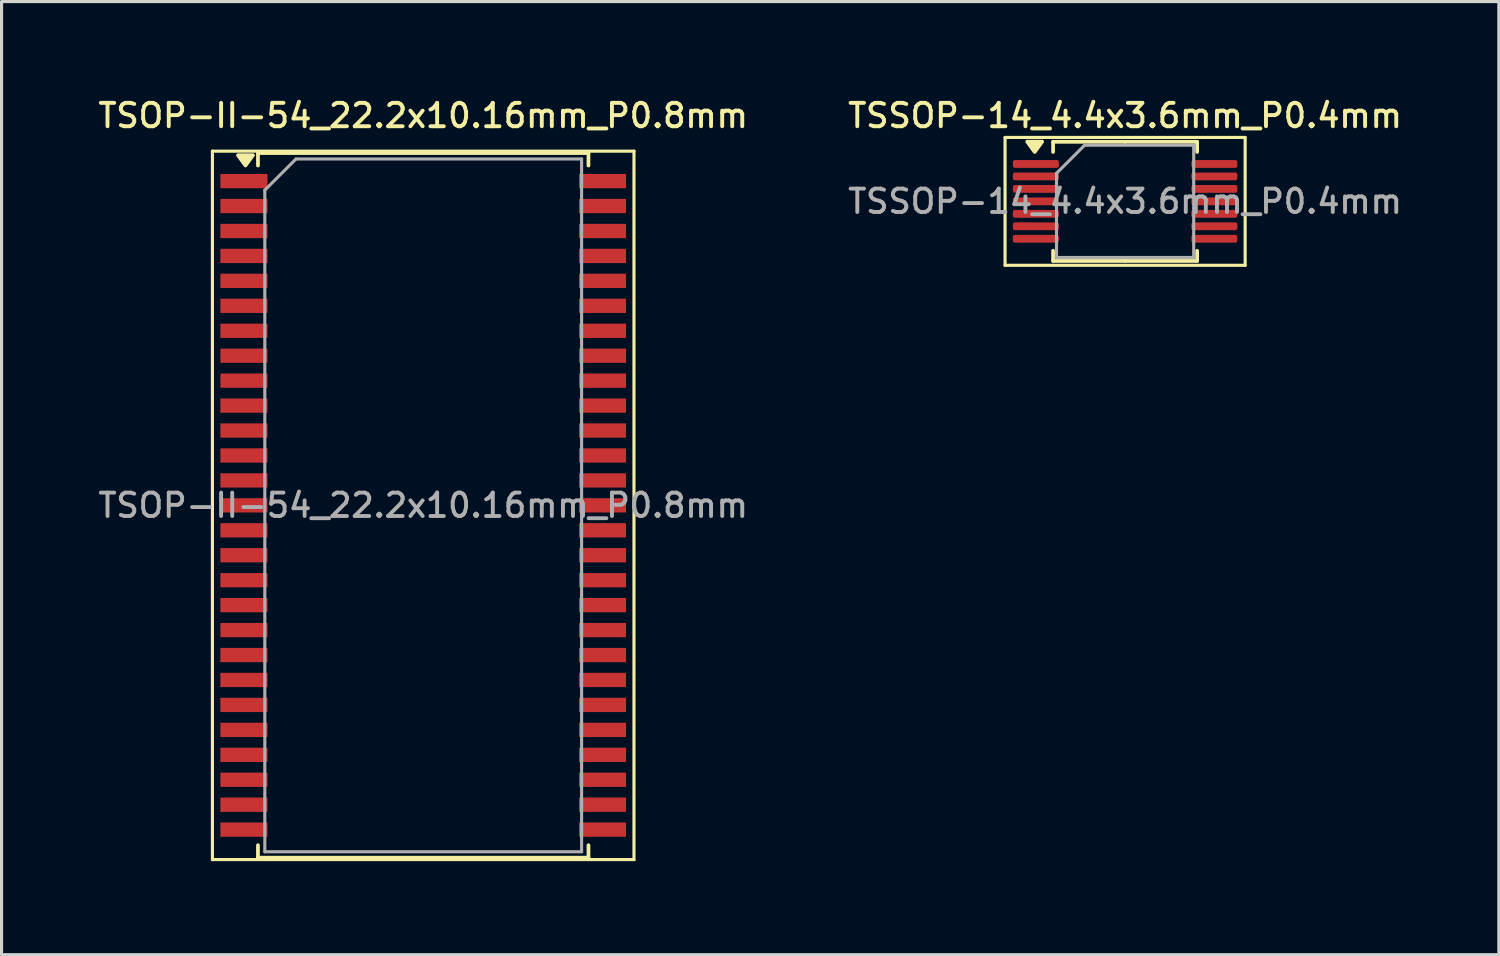
<source format=kicad_pcb>
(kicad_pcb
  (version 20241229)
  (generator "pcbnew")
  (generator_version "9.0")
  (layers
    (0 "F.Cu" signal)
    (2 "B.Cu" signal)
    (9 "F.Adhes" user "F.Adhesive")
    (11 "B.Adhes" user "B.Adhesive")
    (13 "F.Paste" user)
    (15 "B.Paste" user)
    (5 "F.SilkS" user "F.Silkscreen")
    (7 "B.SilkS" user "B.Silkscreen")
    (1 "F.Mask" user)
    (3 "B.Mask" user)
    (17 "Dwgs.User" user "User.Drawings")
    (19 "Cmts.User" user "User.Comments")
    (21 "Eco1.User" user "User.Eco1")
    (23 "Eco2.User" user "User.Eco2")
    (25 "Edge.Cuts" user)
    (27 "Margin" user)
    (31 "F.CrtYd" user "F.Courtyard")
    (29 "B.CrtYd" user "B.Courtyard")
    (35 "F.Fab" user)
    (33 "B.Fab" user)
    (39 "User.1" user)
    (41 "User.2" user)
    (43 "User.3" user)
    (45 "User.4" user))
  (footprint "TSOP-II-54_22.2x10.16mm_P0.8mm"
    (layer "F.Cu")
    (at 10.523 13.158)
    (property "Reference" "TSOP-II-54_22.2x10.16mm_P0.8mm" (at 0 -12.5 0) (layer "F.SilkS") (effects (font (size 0.75 0.75) (thickness 0.125))))
    (attr smd)
    (fp_line (start -6.76 -11.36) (end -6.76 11.36) (stroke (width 0.1) (type solid)) (layer "F.SilkS"))
    (fp_line (start -6.76 -11.36) (end 6.76 -11.36) (stroke (width 0.1) (type solid)) (layer "F.SilkS"))
    (fp_line (start -5.3 -11.3) (end 5.3 -11.3) (stroke (width 0.12) (type solid)) (layer "F.SilkS"))
    (fp_line (start -5.3 -10.9) (end -5.3 -11.3) (stroke (width 0.12) (type solid)) (layer "F.SilkS"))
    (fp_line (start -5.3 10.9) (end -5.3 11.3) (stroke (width 0.12) (type solid)) (layer "F.SilkS"))
    (fp_line (start -5.3 11.3) (end 5.3 11.3) (stroke (width 0.12) (type solid)) (layer "F.SilkS"))
    (fp_line (start 5.3 -11.3) (end 5.3 -10.9) (stroke (width 0.12) (type solid)) (layer "F.SilkS"))
    (fp_line (start 5.3 10.9) (end 5.3 11.3) (stroke (width 0.12) (type solid)) (layer "F.SilkS"))
    (fp_line (start 6.76 -11.36) (end 6.76 11.36) (stroke (width 0.1) (type solid)) (layer "F.SilkS"))
    (fp_line (start 6.76 11.36) (end -6.76 11.36) (stroke (width 0.1) (type solid)) (layer "F.SilkS"))
    (fp_poly (pts (xy -5.7 -10.9) (xy -5.94 -11.23) (xy -5.46 -11.23) (xy -5.7 -10.9)) (stroke (width 0.12) (type solid)) (fill yes) (layer "F.SilkS"))
    (fp_line (start -5.08 11.11) (end -5.08 -10.11) (stroke (width 0.1) (type solid)) (layer "F.Fab"))
    (fp_line (start -4.08 -11.11) (end -5.08 -10.11) (stroke (width 0.1) (type solid)) (layer "F.Fab"))
    (fp_line (start -4.08 -11.11) (end 5.08 -11.11) (stroke (width 0.1) (type solid)) (layer "F.Fab"))
    (fp_line (start 5.08 -11.11) (end 5.08 11.11) (stroke (width 0.1) (type solid)) (layer "F.Fab"))
    (fp_line (start 5.08 11.11) (end -5.08 11.11) (stroke (width 0.1) (type solid)) (layer "F.Fab"))
    (fp_text user "${REFERENCE}" (at 0 0 0) (layer "F.Fab") (effects (font (size 0.75 0.75) (thickness 0.125))))
    (pad "1" smd rect (at -5.75 -10.4) (size 1.51 0.458) (layers "F.Cu" "F.Mask" "F.Paste"))
    (pad "2" smd rect (at -5.75 -9.6) (size 1.51 0.458) (layers "F.Cu" "F.Mask" "F.Paste"))
    (pad "3" smd rect (at -5.75 -8.8) (size 1.51 0.458) (layers "F.Cu" "F.Mask" "F.Paste"))
    (pad "4" smd rect (at -5.75 -8) (size 1.51 0.458) (layers "F.Cu" "F.Mask" "F.Paste"))
    (pad "5" smd rect (at -5.75 -7.2) (size 1.51 0.458) (layers "F.Cu" "F.Mask" "F.Paste"))
    (pad "6" smd rect (at -5.75 -6.4) (size 1.51 0.458) (layers "F.Cu" "F.Mask" "F.Paste"))
    (pad "7" smd rect (at -5.75 -5.6) (size 1.51 0.458) (layers "F.Cu" "F.Mask" "F.Paste"))
    (pad "8" smd rect (at -5.75 -4.8) (size 1.51 0.458) (layers "F.Cu" "F.Mask" "F.Paste"))
    (pad "9" smd rect (at -5.75 -4) (size 1.51 0.458) (layers "F.Cu" "F.Mask" "F.Paste"))
    (pad "10" smd rect (at -5.75 -3.2) (size 1.51 0.458) (layers "F.Cu" "F.Mask" "F.Paste"))
    (pad "11" smd rect (at -5.75 -2.4) (size 1.51 0.458) (layers "F.Cu" "F.Mask" "F.Paste"))
    (pad "12" smd rect (at -5.75 -1.6) (size 1.51 0.458) (layers "F.Cu" "F.Mask" "F.Paste"))
    (pad "13" smd rect (at -5.75 -0.8) (size 1.51 0.458) (layers "F.Cu" "F.Mask" "F.Paste"))
    (pad "14" smd rect (at -5.75 0) (size 1.51 0.458) (layers "F.Cu" "F.Mask" "F.Paste"))
    (pad "15" smd rect (at -5.75 0.8) (size 1.51 0.458) (layers "F.Cu" "F.Mask" "F.Paste"))
    (pad "16" smd rect (at -5.75 1.6) (size 1.51 0.458) (layers "F.Cu" "F.Mask" "F.Paste"))
    (pad "17" smd rect (at -5.75 2.4) (size 1.51 0.458) (layers "F.Cu" "F.Mask" "F.Paste"))
    (pad "18" smd rect (at -5.75 3.2) (size 1.51 0.458) (layers "F.Cu" "F.Mask" "F.Paste"))
    (pad "19" smd rect (at -5.75 4) (size 1.51 0.458) (layers "F.Cu" "F.Mask" "F.Paste"))
    (pad "20" smd rect (at -5.75 4.8) (size 1.51 0.458) (layers "F.Cu" "F.Mask" "F.Paste"))
    (pad "21" smd rect (at -5.75 5.6) (size 1.51 0.458) (layers "F.Cu" "F.Mask" "F.Paste"))
    (pad "22" smd rect (at -5.75 6.4) (size 1.51 0.458) (layers "F.Cu" "F.Mask" "F.Paste"))
    (pad "23" smd rect (at -5.75 7.2) (size 1.51 0.458) (layers "F.Cu" "F.Mask" "F.Paste"))
    (pad "24" smd rect (at -5.75 8) (size 1.51 0.458) (layers "F.Cu" "F.Mask" "F.Paste"))
    (pad "25" smd rect (at -5.75 8.8) (size 1.51 0.458) (layers "F.Cu" "F.Mask" "F.Paste"))
    (pad "26" smd rect (at -5.75 9.6) (size 1.51 0.458) (layers "F.Cu" "F.Mask" "F.Paste"))
    (pad "27" smd rect (at -5.75 10.4) (size 1.51 0.458) (layers "F.Cu" "F.Mask" "F.Paste"))
    (pad "28" smd rect (at 5.75 10.4) (size 1.51 0.458) (layers "F.Cu" "F.Mask" "F.Paste"))
    (pad "29" smd rect (at 5.75 9.6) (size 1.51 0.458) (layers "F.Cu" "F.Mask" "F.Paste"))
    (pad "30" smd rect (at 5.75 8.8) (size 1.51 0.458) (layers "F.Cu" "F.Mask" "F.Paste"))
    (pad "31" smd rect (at 5.75 8) (size 1.51 0.458) (layers "F.Cu" "F.Mask" "F.Paste"))
    (pad "32" smd rect (at 5.75 7.2) (size 1.51 0.458) (layers "F.Cu" "F.Mask" "F.Paste"))
    (pad "33" smd rect (at 5.75 6.4) (size 1.51 0.458) (layers "F.Cu" "F.Mask" "F.Paste"))
    (pad "34" smd rect (at 5.75 5.6) (size 1.51 0.458) (layers "F.Cu" "F.Mask" "F.Paste"))
    (pad "35" smd rect (at 5.75 4.8) (size 1.51 0.458) (layers "F.Cu" "F.Mask" "F.Paste"))
    (pad "36" smd rect (at 5.75 4) (size 1.51 0.458) (layers "F.Cu" "F.Mask" "F.Paste"))
    (pad "37" smd rect (at 5.75 3.2) (size 1.51 0.458) (layers "F.Cu" "F.Mask" "F.Paste"))
    (pad "38" smd rect (at 5.75 2.4) (size 1.51 0.458) (layers "F.Cu" "F.Mask" "F.Paste"))
    (pad "39" smd rect (at 5.75 1.6) (size 1.51 0.458) (layers "F.Cu" "F.Mask" "F.Paste"))
    (pad "40" smd rect (at 5.75 0.8) (size 1.51 0.458) (layers "F.Cu" "F.Mask" "F.Paste"))
    (pad "41" smd rect (at 5.75 0) (size 1.51 0.458) (layers "F.Cu" "F.Mask" "F.Paste"))
    (pad "42" smd rect (at 5.75 -0.8) (size 1.51 0.458) (layers "F.Cu" "F.Mask" "F.Paste"))
    (pad "43" smd rect (at 5.75 -1.6) (size 1.51 0.458) (layers "F.Cu" "F.Mask" "F.Paste"))
    (pad "44" smd rect (at 5.75 -2.4) (size 1.51 0.458) (layers "F.Cu" "F.Mask" "F.Paste"))
    (pad "45" smd rect (at 5.75 -3.2) (size 1.51 0.458) (layers "F.Cu" "F.Mask" "F.Paste"))
    (pad "46" smd rect (at 5.75 -4) (size 1.51 0.458) (layers "F.Cu" "F.Mask" "F.Paste"))
    (pad "47" smd rect (at 5.75 -4.8) (size 1.51 0.458) (layers "F.Cu" "F.Mask" "F.Paste"))
    (pad "48" smd rect (at 5.75 -5.6) (size 1.51 0.458) (layers "F.Cu" "F.Mask" "F.Paste"))
    (pad "49" smd rect (at 5.75 -6.4) (size 1.51 0.458) (layers "F.Cu" "F.Mask" "F.Paste"))
    (pad "50" smd rect (at 5.75 -7.2) (size 1.51 0.458) (layers "F.Cu" "F.Mask" "F.Paste"))
    (pad "51" smd rect (at 5.75 -8) (size 1.51 0.458) (layers "F.Cu" "F.Mask" "F.Paste"))
    (pad "52" smd rect (at 5.75 -8.8) (size 1.51 0.458) (layers "F.Cu" "F.Mask" "F.Paste"))
    (pad "53" smd rect (at 5.75 -9.6) (size 1.51 0.458) (layers "F.Cu" "F.Mask" "F.Paste"))
    (pad "54" smd rect (at 5.75 -10.4) (size 1.51 0.458) (layers "F.Cu" "F.Mask" "F.Paste")))
  (footprint "TSSOP-14_4.4x3.6mm_P0.4mm"
    (layer "F.Cu")
    (at 33.034 3.408)
    (property "Reference" "TSSOP-14_4.4x3.6mm_P0.4mm" (at 0 -2.75 0) (layer "F.SilkS") (effects (font (size 0.75 0.75) (thickness 0.125))))
    (attr smd)
    (fp_line (start -3.85 -2.05) (end -3.85 2.05) (stroke (width 0.1) (type solid)) (layer "F.SilkS"))
    (fp_line (start -3.85 2.05) (end 3.85 2.05) (stroke (width 0.1) (type solid)) (layer "F.SilkS"))
    (fp_line (start -2.31 -1.91) (end -2.31 -1.585) (stroke (width 0.12) (type solid)) (layer "F.SilkS"))
    (fp_line (start -2.31 1.91) (end -2.31 1.585) (stroke (width 0.12) (type solid)) (layer "F.SilkS"))
    (fp_line (start 0 -1.91) (end -2.31 -1.91) (stroke (width 0.12) (type solid)) (layer "F.SilkS"))
    (fp_line (start 0 -1.91) (end 2.31 -1.91) (stroke (width 0.12) (type solid)) (layer "F.SilkS"))
    (fp_line (start 0 1.91) (end -2.31 1.91) (stroke (width 0.12) (type solid)) (layer "F.SilkS"))
    (fp_line (start 0 1.91) (end 2.31 1.91) (stroke (width 0.12) (type solid)) (layer "F.SilkS"))
    (fp_line (start 2.31 -1.91) (end 2.31 -1.585) (stroke (width 0.12) (type solid)) (layer "F.SilkS"))
    (fp_line (start 2.31 1.91) (end 2.31 1.585) (stroke (width 0.12) (type solid)) (layer "F.SilkS"))
    (fp_line (start 3.85 -2.05) (end -3.85 -2.05) (stroke (width 0.1) (type solid)) (layer "F.SilkS"))
    (fp_line (start 3.85 2.05) (end 3.85 -2.05) (stroke (width 0.1) (type solid)) (layer "F.SilkS"))
    (fp_poly (pts (xy -2.9 -1.585) (xy -3.14 -1.915) (xy -2.66 -1.915) (xy -2.9 -1.585)) (stroke (width 0.12) (type solid)) (fill yes) (layer "F.SilkS"))
    (fp_line (start -2.2 -0.9) (end -1.3 -1.8) (stroke (width 0.1) (type solid)) (layer "F.Fab"))
    (fp_line (start -2.2 1.8) (end -2.2 -0.9) (stroke (width 0.1) (type solid)) (layer "F.Fab"))
    (fp_line (start -1.3 -1.8) (end 2.2 -1.8) (stroke (width 0.1) (type solid)) (layer "F.Fab"))
    (fp_line (start 2.2 -1.8) (end 2.2 1.8) (stroke (width 0.1) (type solid)) (layer "F.Fab"))
    (fp_line (start 2.2 1.8) (end -2.2 1.8) (stroke (width 0.1) (type solid)) (layer "F.Fab"))
    (fp_text user "${REFERENCE}" (at 0 0 0) (layer "F.Fab") (effects (font (size 0.75 0.75) (thickness 0.125))))
    (pad "1" smd roundrect (at -2.862 -1.2) (size 1.475 0.25) (layers "F.Cu" "F.Mask" "F.Paste") (roundrect_rratio 0.25))
    (pad "2" smd roundrect (at -2.862 -0.8) (size 1.475 0.25) (layers "F.Cu" "F.Mask" "F.Paste") (roundrect_rratio 0.25))
    (pad "3" smd roundrect (at -2.862 -0.4) (size 1.475 0.25) (layers "F.Cu" "F.Mask" "F.Paste") (roundrect_rratio 0.25))
    (pad "4" smd roundrect (at -2.862 0) (size 1.475 0.25) (layers "F.Cu" "F.Mask" "F.Paste") (roundrect_rratio 0.25))
    (pad "5" smd roundrect (at -2.862 0.4) (size 1.475 0.25) (layers "F.Cu" "F.Mask" "F.Paste") (roundrect_rratio 0.25))
    (pad "6" smd roundrect (at -2.862 0.8) (size 1.475 0.25) (layers "F.Cu" "F.Mask" "F.Paste") (roundrect_rratio 0.25))
    (pad "7" smd roundrect (at -2.862 1.2) (size 1.475 0.25) (layers "F.Cu" "F.Mask" "F.Paste") (roundrect_rratio 0.25))
    (pad "8" smd roundrect (at 2.862 1.2) (size 1.475 0.25) (layers "F.Cu" "F.Mask" "F.Paste") (roundrect_rratio 0.25))
    (pad "9" smd roundrect (at 2.862 0.8) (size 1.475 0.25) (layers "F.Cu" "F.Mask" "F.Paste") (roundrect_rratio 0.25))
    (pad "10" smd roundrect (at 2.862 0.4) (size 1.475 0.25) (layers "F.Cu" "F.Mask" "F.Paste") (roundrect_rratio 0.25))
    (pad "11" smd roundrect (at 2.862 0) (size 1.475 0.25) (layers "F.Cu" "F.Mask" "F.Paste") (roundrect_rratio 0.25))
    (pad "12" smd roundrect (at 2.862 -0.4) (size 1.475 0.25) (layers "F.Cu" "F.Mask" "F.Paste") (roundrect_rratio 0.25))
    (pad "13" smd roundrect (at 2.862 -0.8) (size 1.475 0.25) (layers "F.Cu" "F.Mask" "F.Paste") (roundrect_rratio 0.25))
    (pad "14" smd roundrect (at 2.862 -1.2) (size 1.475 0.25) (layers "F.Cu" "F.Mask" "F.Paste") (roundrect_rratio 0.25)))
  (gr_rect
    (start -3 -3)
    (end 45.021 27.568)
    (stroke (width 0.1) (type default))
    (fill no)
    (layer "Edge.Cuts")))
</source>
